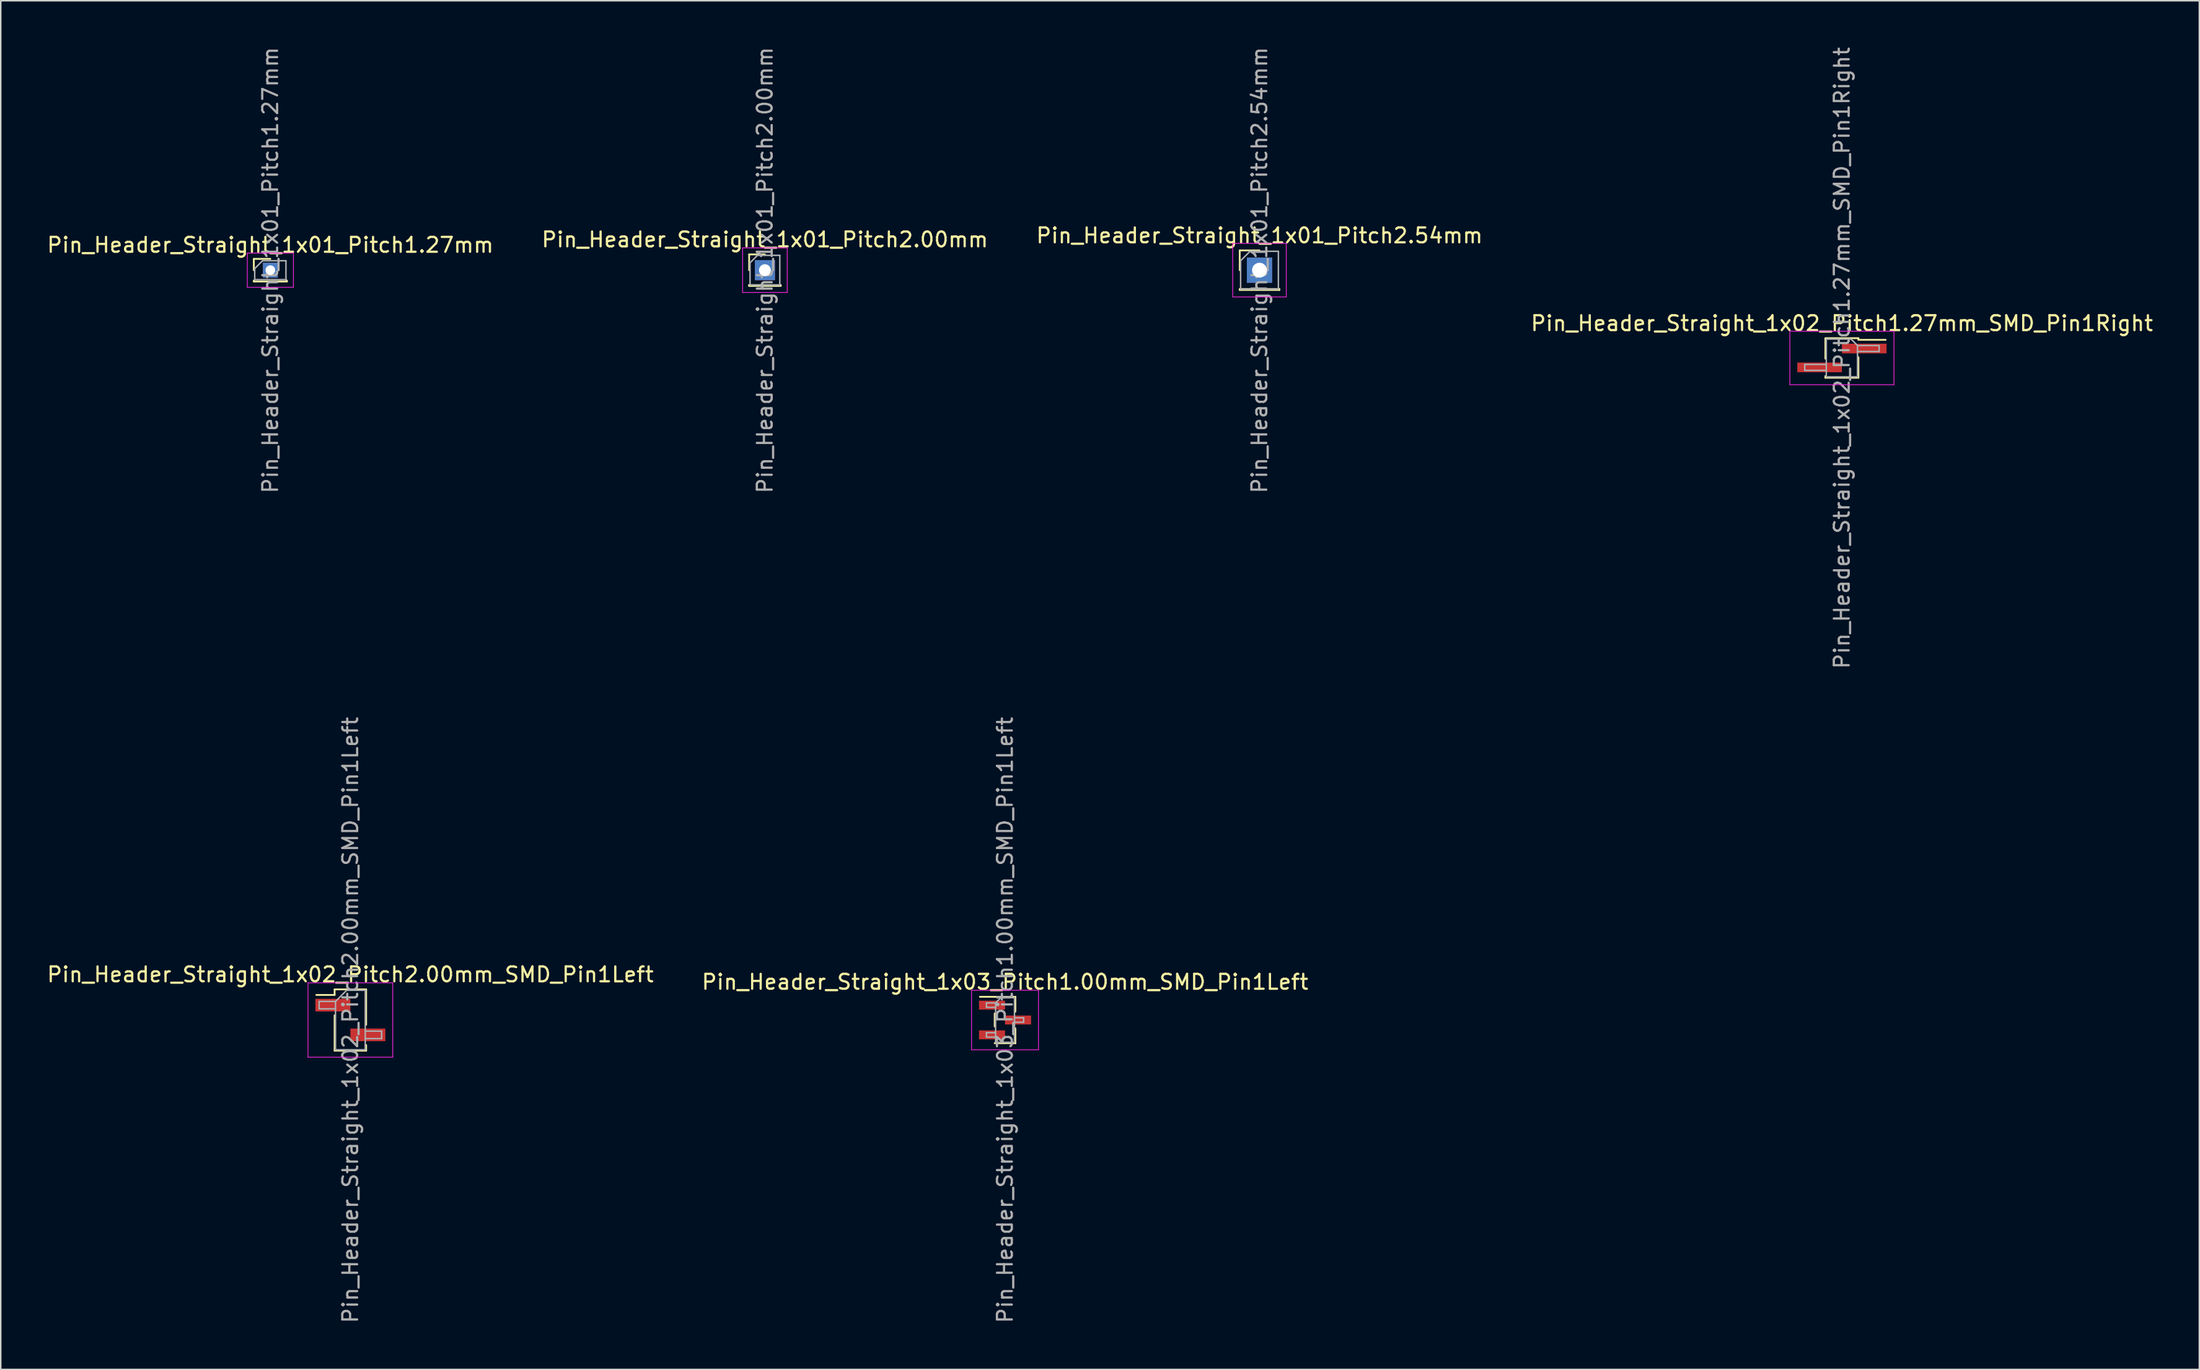
<source format=kicad_pcb>
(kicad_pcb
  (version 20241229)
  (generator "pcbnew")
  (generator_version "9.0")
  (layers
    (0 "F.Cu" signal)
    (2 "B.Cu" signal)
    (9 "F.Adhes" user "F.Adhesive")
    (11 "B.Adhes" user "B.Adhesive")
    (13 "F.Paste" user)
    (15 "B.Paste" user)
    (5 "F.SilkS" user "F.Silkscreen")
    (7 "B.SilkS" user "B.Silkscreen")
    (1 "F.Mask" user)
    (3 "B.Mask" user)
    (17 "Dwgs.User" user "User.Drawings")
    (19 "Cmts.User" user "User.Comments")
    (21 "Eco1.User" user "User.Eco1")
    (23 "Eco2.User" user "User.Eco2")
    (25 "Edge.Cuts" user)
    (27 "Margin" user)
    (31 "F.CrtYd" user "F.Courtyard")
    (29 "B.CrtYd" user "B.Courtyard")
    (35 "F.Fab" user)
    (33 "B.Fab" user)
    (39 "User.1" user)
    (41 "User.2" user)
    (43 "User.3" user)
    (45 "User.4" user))
  (footprint "Pin_Header_Straight_1x01_Pitch1.27mm"
    (layer "F.Cu")
    (at 15.125 15.125)
    (property "Reference" "Pin_Header_Straight_1x01_Pitch1.27mm" (at 0 -1.695 0) (layer "F.SilkS") (effects (font (size 1 1) (thickness 0.15))))
    (attr through_hole)
    (fp_line (start -1.11 -0.76) (end 0 -0.76) (stroke (width 0.12) (type solid)) (layer "F.SilkS"))
    (fp_line (start -1.11 0) (end -1.11 -0.76) (stroke (width 0.12) (type solid)) (layer "F.SilkS"))
    (fp_line (start -1.11 0.76) (end -1.11 0.695) (stroke (width 0.12) (type solid)) (layer "F.SilkS"))
    (fp_line (start -1.11 0.76) (end -0.563 0.76) (stroke (width 0.12) (type solid)) (layer "F.SilkS"))
    (fp_line (start -1.11 0.76) (end 1.11 0.76) (stroke (width 0.12) (type solid)) (layer "F.SilkS"))
    (fp_line (start 0.563 0.76) (end 1.11 0.76) (stroke (width 0.12) (type solid)) (layer "F.SilkS"))
    (fp_line (start 1.11 0.76) (end 1.11 0.695) (stroke (width 0.12) (type solid)) (layer "F.SilkS"))
    (fp_line (start -1.55 -1.15) (end -1.55 1.15) (stroke (width 0.05) (type solid)) (layer "F.CrtYd"))
    (fp_line (start -1.55 1.15) (end 1.55 1.15) (stroke (width 0.05) (type solid)) (layer "F.CrtYd"))
    (fp_line (start 1.55 -1.15) (end -1.55 -1.15) (stroke (width 0.05) (type solid)) (layer "F.CrtYd"))
    (fp_line (start 1.55 1.15) (end 1.55 -1.15) (stroke (width 0.05) (type solid)) (layer "F.CrtYd"))
    (fp_line (start -1.05 -0.11) (end -0.525 -0.635) (stroke (width 0.1) (type solid)) (layer "F.Fab"))
    (fp_line (start -1.05 0.635) (end -1.05 -0.11) (stroke (width 0.1) (type solid)) (layer "F.Fab"))
    (fp_line (start -0.525 -0.635) (end 1.05 -0.635) (stroke (width 0.1) (type solid)) (layer "F.Fab"))
    (fp_line (start 1.05 -0.635) (end 1.05 0.635) (stroke (width 0.1) (type solid)) (layer "F.Fab"))
    (fp_line (start 1.05 0.635) (end -1.05 0.635) (stroke (width 0.1) (type solid)) (layer "F.Fab"))
    (fp_text user "${REFERENCE}" (at 0 0 90) (layer "F.Fab") (effects (font (size 1 1) (thickness 0.15))))
    (pad "1" thru_hole rect (at 0 0) (size 1 1) (drill 0.65) (layers "*.Cu" "*.Mask")))
  (footprint "Pin_Header_Straight_1x03_Pitch1.00mm_SMD_Pin1Left"
    (layer "F.Cu")
    (at 64.518 65.565)
    (property "Reference" "Pin_Header_Straight_1x03_Pitch1.00mm_SMD_Pin1Left" (at 0 -2.56 0) (layer "F.SilkS") (effects (font (size 1 1) (thickness 0.15))))
    (attr smd)
    (fp_line (start -0.695 -1.56) (end -1.69 -1.56) (stroke (width 0.12) (type solid)) (layer "F.SilkS"))
    (fp_line (start -0.695 -1.56) (end -0.695 -1.56) (stroke (width 0.12) (type solid)) (layer "F.SilkS"))
    (fp_line (start -0.695 -1.56) (end 0.695 -1.56) (stroke (width 0.12) (type solid)) (layer "F.SilkS"))
    (fp_line (start -0.695 -0.44) (end -0.695 0.44) (stroke (width 0.12) (type solid)) (layer "F.SilkS"))
    (fp_line (start -0.695 1.56) (end 0.695 1.56) (stroke (width 0.12) (type solid)) (layer "F.SilkS"))
    (fp_line (start 0.695 -1.56) (end 0.695 -0.56) (stroke (width 0.12) (type solid)) (layer "F.SilkS"))
    (fp_line (start 0.695 0.56) (end 0.695 1.56) (stroke (width 0.12) (type solid)) (layer "F.SilkS"))
    (fp_line (start 0.695 1.56) (end 0.695 1.56) (stroke (width 0.12) (type solid)) (layer "F.SilkS"))
    (fp_line (start -2.25 -2) (end -2.25 2) (stroke (width 0.05) (type solid)) (layer "F.CrtYd"))
    (fp_line (start -2.25 2) (end 2.25 2) (stroke (width 0.05) (type solid)) (layer "F.CrtYd"))
    (fp_line (start 2.25 -2) (end -2.25 -2) (stroke (width 0.05) (type solid)) (layer "F.CrtYd"))
    (fp_line (start 2.25 2) (end 2.25 -2) (stroke (width 0.05) (type solid)) (layer "F.CrtYd"))
    (fp_line (start -1.25 -1.15) (end -1.25 -0.85) (stroke (width 0.1) (type solid)) (layer "F.Fab"))
    (fp_line (start -1.25 -0.85) (end -0.635 -0.85) (stroke (width 0.1) (type solid)) (layer "F.Fab"))
    (fp_line (start -1.25 0.85) (end -1.25 1.15) (stroke (width 0.1) (type solid)) (layer "F.Fab"))
    (fp_line (start -1.25 1.15) (end -0.635 1.15) (stroke (width 0.1) (type solid)) (layer "F.Fab"))
    (fp_line (start -0.635 -1.15) (end -1.25 -1.15) (stroke (width 0.1) (type solid)) (layer "F.Fab"))
    (fp_line (start -0.635 -1.15) (end -0.285 -1.5) (stroke (width 0.1) (type solid)) (layer "F.Fab"))
    (fp_line (start -0.635 0.85) (end -1.25 0.85) (stroke (width 0.1) (type solid)) (layer "F.Fab"))
    (fp_line (start -0.635 1.5) (end -0.635 -1.15) (stroke (width 0.1) (type solid)) (layer "F.Fab"))
    (fp_line (start -0.285 -1.5) (end 0.635 -1.5) (stroke (width 0.1) (type solid)) (layer "F.Fab"))
    (fp_line (start 0.635 -1.5) (end 0.635 1.5) (stroke (width 0.1) (type solid)) (layer "F.Fab"))
    (fp_line (start 0.635 -0.15) (end 1.25 -0.15) (stroke (width 0.1) (type solid)) (layer "F.Fab"))
    (fp_line (start 0.635 1.5) (end -0.635 1.5) (stroke (width 0.1) (type solid)) (layer "F.Fab"))
    (fp_line (start 1.25 -0.15) (end 1.25 0.15) (stroke (width 0.1) (type solid)) (layer "F.Fab"))
    (fp_line (start 1.25 0.15) (end 0.635 0.15) (stroke (width 0.1) (type solid)) (layer "F.Fab"))
    (fp_text user "${REFERENCE}" (at 0 0 90) (layer "F.Fab") (effects (font (size 1 1) (thickness 0.15))))
    (pad "1" smd rect (at -0.875 -1) (size 1.75 0.6) (layers "F.Cu" "F.Mask" "F.Paste"))
    (pad "2" smd rect (at 0.875 0) (size 1.75 0.6) (layers "F.Cu" "F.Mask" "F.Paste"))
    (pad "3" smd rect (at -0.875 1) (size 1.75 0.6) (layers "F.Cu" "F.Mask" "F.Paste")))
  (footprint "Pin_Header_Straight_1x01_Pitch2.54mm"
    (layer "F.Cu")
    (at 81.625 15.125)
    (property "Reference" "Pin_Header_Straight_1x01_Pitch2.54mm" (at 0 -2.33 0) (layer "F.SilkS") (effects (font (size 1 1) (thickness 0.15))))
    (attr through_hole)
    (fp_line (start -1.33 -1.33) (end 0 -1.33) (stroke (width 0.12) (type solid)) (layer "F.SilkS"))
    (fp_line (start -1.33 0) (end -1.33 -1.33) (stroke (width 0.12) (type solid)) (layer "F.SilkS"))
    (fp_line (start -1.33 1.27) (end -1.33 1.33) (stroke (width 0.12) (type solid)) (layer "F.SilkS"))
    (fp_line (start -1.33 1.27) (end 1.33 1.27) (stroke (width 0.12) (type solid)) (layer "F.SilkS"))
    (fp_line (start -1.33 1.33) (end 1.33 1.33) (stroke (width 0.12) (type solid)) (layer "F.SilkS"))
    (fp_line (start 1.33 1.27) (end 1.33 1.33) (stroke (width 0.12) (type solid)) (layer "F.SilkS"))
    (fp_line (start -1.8 -1.8) (end -1.8 1.8) (stroke (width 0.05) (type solid)) (layer "F.CrtYd"))
    (fp_line (start -1.8 1.8) (end 1.8 1.8) (stroke (width 0.05) (type solid)) (layer "F.CrtYd"))
    (fp_line (start 1.8 -1.8) (end -1.8 -1.8) (stroke (width 0.05) (type solid)) (layer "F.CrtYd"))
    (fp_line (start 1.8 1.8) (end 1.8 -1.8) (stroke (width 0.05) (type solid)) (layer "F.CrtYd"))
    (fp_line (start -1.27 -0.635) (end -0.635 -1.27) (stroke (width 0.1) (type solid)) (layer "F.Fab"))
    (fp_line (start -1.27 1.27) (end -1.27 -0.635) (stroke (width 0.1) (type solid)) (layer "F.Fab"))
    (fp_line (start -0.635 -1.27) (end 1.27 -1.27) (stroke (width 0.1) (type solid)) (layer "F.Fab"))
    (fp_line (start 1.27 -1.27) (end 1.27 1.27) (stroke (width 0.1) (type solid)) (layer "F.Fab"))
    (fp_line (start 1.27 1.27) (end -1.27 1.27) (stroke (width 0.1) (type solid)) (layer "F.Fab"))
    (fp_text user "${REFERENCE}" (at 0 0 90) (layer "F.Fab") (effects (font (size 1 1) (thickness 0.15))))
    (pad "1" thru_hole rect (at 0 0) (size 1.7 1.7) (drill 1) (layers "*.Cu" "*.Mask")))
  (footprint "Pin_Header_Straight_1x01_Pitch2.00mm"
    (layer "F.Cu")
    (at 48.375 15.125)
    (property "Reference" "Pin_Header_Straight_1x01_Pitch2.00mm" (at 0 -2.06 0) (layer "F.SilkS") (effects (font (size 1 1) (thickness 0.15))))
    (attr through_hole)
    (fp_line (start -1.06 -1.06) (end 0 -1.06) (stroke (width 0.12) (type solid)) (layer "F.SilkS"))
    (fp_line (start -1.06 0) (end -1.06 -1.06) (stroke (width 0.12) (type solid)) (layer "F.SilkS"))
    (fp_line (start -1.06 1) (end -1.06 1.06) (stroke (width 0.12) (type solid)) (layer "F.SilkS"))
    (fp_line (start -1.06 1) (end 1.06 1) (stroke (width 0.12) (type solid)) (layer "F.SilkS"))
    (fp_line (start -1.06 1.06) (end 1.06 1.06) (stroke (width 0.12) (type solid)) (layer "F.SilkS"))
    (fp_line (start 1.06 1) (end 1.06 1.06) (stroke (width 0.12) (type solid)) (layer "F.SilkS"))
    (fp_line (start -1.5 -1.5) (end -1.5 1.5) (stroke (width 0.05) (type solid)) (layer "F.CrtYd"))
    (fp_line (start -1.5 1.5) (end 1.5 1.5) (stroke (width 0.05) (type solid)) (layer "F.CrtYd"))
    (fp_line (start 1.5 -1.5) (end -1.5 -1.5) (stroke (width 0.05) (type solid)) (layer "F.CrtYd"))
    (fp_line (start 1.5 1.5) (end 1.5 -1.5) (stroke (width 0.05) (type solid)) (layer "F.CrtYd"))
    (fp_line (start -1 -0.5) (end -0.5 -1) (stroke (width 0.1) (type solid)) (layer "F.Fab"))
    (fp_line (start -1 1) (end -1 -0.5) (stroke (width 0.1) (type solid)) (layer "F.Fab"))
    (fp_line (start -0.5 -1) (end 1 -1) (stroke (width 0.1) (type solid)) (layer "F.Fab"))
    (fp_line (start 1 -1) (end 1 1) (stroke (width 0.1) (type solid)) (layer "F.Fab"))
    (fp_line (start 1 1) (end -1 1) (stroke (width 0.1) (type solid)) (layer "F.Fab"))
    (fp_text user "${REFERENCE}" (at 0 0 90) (layer "F.Fab") (effects (font (size 1 1) (thickness 0.15))))
    (pad "1" thru_hole rect (at 0 0) (size 1.35 1.35) (drill 0.8) (layers "*.Cu" "*.Mask")))
  (footprint "Pin_Header_Straight_1x02_Pitch1.27mm_SMD_Pin1Right"
    (layer "F.Cu")
    (at 120.78 21.03)
    (property "Reference" "Pin_Header_Straight_1x02_Pitch1.27mm_SMD_Pin1Right" (at 0 -2.33 0) (layer "F.SilkS") (effects (font (size 1 1) (thickness 0.15))))
    (attr smd)
    (fp_line (start -1.11 -1.33) (end 1.11 -1.33) (stroke (width 0.12) (type solid)) (layer "F.SilkS"))
    (fp_line (start -1.11 -1.32) (end -1.11 0.05) (stroke (width 0.12) (type solid)) (layer "F.SilkS"))
    (fp_line (start -1.11 1.22) (end -1.11 1.33) (stroke (width 0.12) (type solid)) (layer "F.SilkS"))
    (fp_line (start -1.11 1.33) (end 1.11 1.33) (stroke (width 0.12) (type solid)) (layer "F.SilkS"))
    (fp_line (start 1.11 -1.33) (end 1.11 -1.22) (stroke (width 0.12) (type solid)) (layer "F.SilkS"))
    (fp_line (start 1.11 -1.22) (end 2.94 -1.22) (stroke (width 0.12) (type solid)) (layer "F.SilkS"))
    (fp_line (start 1.11 -0.05) (end 1.11 1.32) (stroke (width 0.12) (type solid)) (layer "F.SilkS"))
    (fp_line (start -3.5 -1.8) (end -3.5 1.8) (stroke (width 0.05) (type solid)) (layer "F.CrtYd"))
    (fp_line (start -3.5 1.8) (end 3.5 1.8) (stroke (width 0.05) (type solid)) (layer "F.CrtYd"))
    (fp_line (start 3.5 -1.8) (end -3.5 -1.8) (stroke (width 0.05) (type solid)) (layer "F.CrtYd"))
    (fp_line (start 3.5 1.8) (end 3.5 -1.8) (stroke (width 0.05) (type solid)) (layer "F.CrtYd"))
    (fp_line (start -2.5 0.435) (end -2.5 0.835) (stroke (width 0.1) (type solid)) (layer "F.Fab"))
    (fp_line (start -2.5 0.835) (end -1.05 0.835) (stroke (width 0.1) (type solid)) (layer "F.Fab"))
    (fp_line (start -1.05 -1.27) (end -1.05 1.27) (stroke (width 0.1) (type solid)) (layer "F.Fab"))
    (fp_line (start -1.05 -1.27) (end 0.615 -1.27) (stroke (width 0.1) (type solid)) (layer "F.Fab"))
    (fp_line (start -1.05 0.435) (end -2.5 0.435) (stroke (width 0.1) (type solid)) (layer "F.Fab"))
    (fp_line (start 1.05 -0.835) (end 0.615 -1.27) (stroke (width 0.1) (type solid)) (layer "F.Fab"))
    (fp_line (start 1.05 -0.835) (end 2.5 -0.835) (stroke (width 0.1) (type solid)) (layer "F.Fab"))
    (fp_line (start 1.05 1.27) (end -1.05 1.27) (stroke (width 0.1) (type solid)) (layer "F.Fab"))
    (fp_line (start 1.05 1.27) (end 1.05 -0.835) (stroke (width 0.1) (type solid)) (layer "F.Fab"))
    (fp_line (start 2.5 -0.835) (end 2.5 -0.435) (stroke (width 0.1) (type solid)) (layer "F.Fab"))
    (fp_line (start 2.5 -0.435) (end 1.05 -0.435) (stroke (width 0.1) (type solid)) (layer "F.Fab"))
    (fp_text user "${REFERENCE}" (at 0 0 90) (layer "F.Fab") (effects (font (size 1 1) (thickness 0.15))))
    (pad "1" smd rect (at 1.5 -0.635) (size 3 0.65) (layers "F.Cu" "F.Mask" "F.Paste"))
    (pad "2" smd rect (at -1.5 0.635) (size 3 0.65) (layers "F.Cu" "F.Mask" "F.Paste")))
  (footprint "Pin_Header_Straight_1x02_Pitch2.00mm_SMD_Pin1Left"
    (layer "F.Cu")
    (at 20.506 65.565)
    (property "Reference" "Pin_Header_Straight_1x02_Pitch2.00mm_SMD_Pin1Left" (at 0 -3.06 0) (layer "F.SilkS") (effects (font (size 1 1) (thickness 0.15))))
    (attr smd)
    (fp_line (start -1.06 -2.06) (end -1.06 -1.685) (stroke (width 0.12) (type solid)) (layer "F.SilkS"))
    (fp_line (start -1.06 -2.06) (end 1.06 -2.06) (stroke (width 0.12) (type solid)) (layer "F.SilkS"))
    (fp_line (start -1.06 -1.685) (end -2.29 -1.685) (stroke (width 0.12) (type solid)) (layer "F.SilkS"))
    (fp_line (start -1.06 -0.315) (end -1.06 2.06) (stroke (width 0.12) (type solid)) (layer "F.SilkS"))
    (fp_line (start -1.06 2.06) (end 1.06 2.06) (stroke (width 0.12) (type solid)) (layer "F.SilkS"))
    (fp_line (start 1.06 -2.06) (end 1.06 0.315) (stroke (width 0.12) (type solid)) (layer "F.SilkS"))
    (fp_line (start 1.06 1.685) (end 1.06 2.06) (stroke (width 0.12) (type solid)) (layer "F.SilkS"))
    (fp_line (start -2.85 -2.5) (end -2.85 2.5) (stroke (width 0.05) (type solid)) (layer "F.CrtYd"))
    (fp_line (start -2.85 2.5) (end 2.85 2.5) (stroke (width 0.05) (type solid)) (layer "F.CrtYd"))
    (fp_line (start 2.85 -2.5) (end -2.85 -2.5) (stroke (width 0.05) (type solid)) (layer "F.CrtYd"))
    (fp_line (start 2.85 2.5) (end 2.85 -2.5) (stroke (width 0.05) (type solid)) (layer "F.CrtYd"))
    (fp_line (start -2.1 -1.25) (end -2.1 -0.75) (stroke (width 0.1) (type solid)) (layer "F.Fab"))
    (fp_line (start -2.1 -0.75) (end -1 -0.75) (stroke (width 0.1) (type solid)) (layer "F.Fab"))
    (fp_line (start -1 -1.25) (end -2.1 -1.25) (stroke (width 0.1) (type solid)) (layer "F.Fab"))
    (fp_line (start -1 -1.25) (end -0.25 -2) (stroke (width 0.1) (type solid)) (layer "F.Fab"))
    (fp_line (start -1 2) (end -1 -1.25) (stroke (width 0.1) (type solid)) (layer "F.Fab"))
    (fp_line (start -0.25 -2) (end 1 -2) (stroke (width 0.1) (type solid)) (layer "F.Fab"))
    (fp_line (start 1 -2) (end 1 2) (stroke (width 0.1) (type solid)) (layer "F.Fab"))
    (fp_line (start 1 0.75) (end 2.1 0.75) (stroke (width 0.1) (type solid)) (layer "F.Fab"))
    (fp_line (start 1 2) (end -1 2) (stroke (width 0.1) (type solid)) (layer "F.Fab"))
    (fp_line (start 2.1 0.75) (end 2.1 1.25) (stroke (width 0.1) (type solid)) (layer "F.Fab"))
    (fp_line (start 2.1 1.25) (end 1 1.25) (stroke (width 0.1) (type solid)) (layer "F.Fab"))
    (fp_text user "${REFERENCE}" (at 0 0 90) (layer "F.Fab") (effects (font (size 1 1) (thickness 0.15))))
    (pad "1" smd rect (at -1.175 -1) (size 2.35 0.85) (layers "F.Cu" "F.Mask" "F.Paste"))
    (pad "2" smd rect (at 1.175 1) (size 2.35 0.85) (layers "F.Cu" "F.Mask" "F.Paste")))
  (gr_rect
    (start -3 -3)
    (end 144.81 89.071)
    (stroke (width 0.1) (type default))
    (fill no)
    (layer "Edge.Cuts")))
</source>
